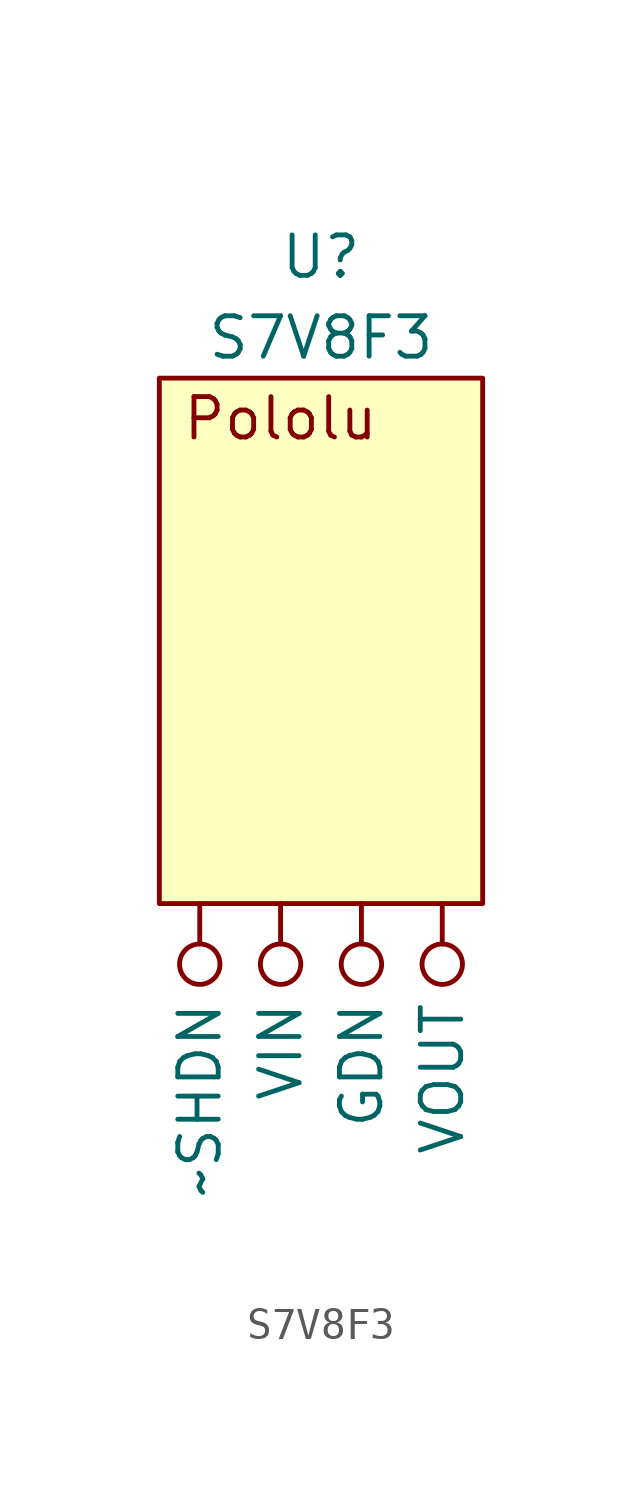
<source format=kicad_sym>
(kicad_symbol_lib
  (version 20211014)
  (generator kicad_symbol_editor)
  (symbol "S7V8F3"
    (property "Reference" "U"
      (at -1.27 6.35 0)
      (effects (font (size 1.27 1.27))))
    (property "Value" "S7V8F3"
      (at -1.27 3.81 0)
      (effects (font (size 1.27 1.27))))
    (symbol "S7V8F3_0_0"
      (text "Pololu" (at -2.54 1.27 0) (effects (font (size 1.27 1.27)))))
    (symbol "S7V8F3_0_1"
      (rectangle (start -6.35 2.54) (end 3.81 -13.97) (stroke (width 0) (type default) (color 0 0 0 0)) (fill (type background))))
    (symbol "S7V8F3_1_1"
      (pin power_in inverted (at 0 -13.97 270) (length 2.54) (name "GDN" (effects (font (size 1.27 1.27)))) (number "" (effects (font (size 1.27 1.27)))))
      (pin power_in inverted (at -2.54 -13.97 270) (length 2.54) (name "VIN" (effects (font (size 1.27 1.27)))) (number "" (effects (font (size 1.27 1.27)))))
      (pin power_out inverted (at 2.54 -13.97 270) (length 2.54) (name "VOUT" (effects (font (size 1.27 1.27)))) (number "" (effects (font (size 1.27 1.27)))))
      (pin input inverted (at -5.08 -13.97 270) (length 2.54) (name "~SHDN" (effects (font (size 1.27 1.27)))) (number "" (effects (font (size 1.27 1.27))))))))
</source>
